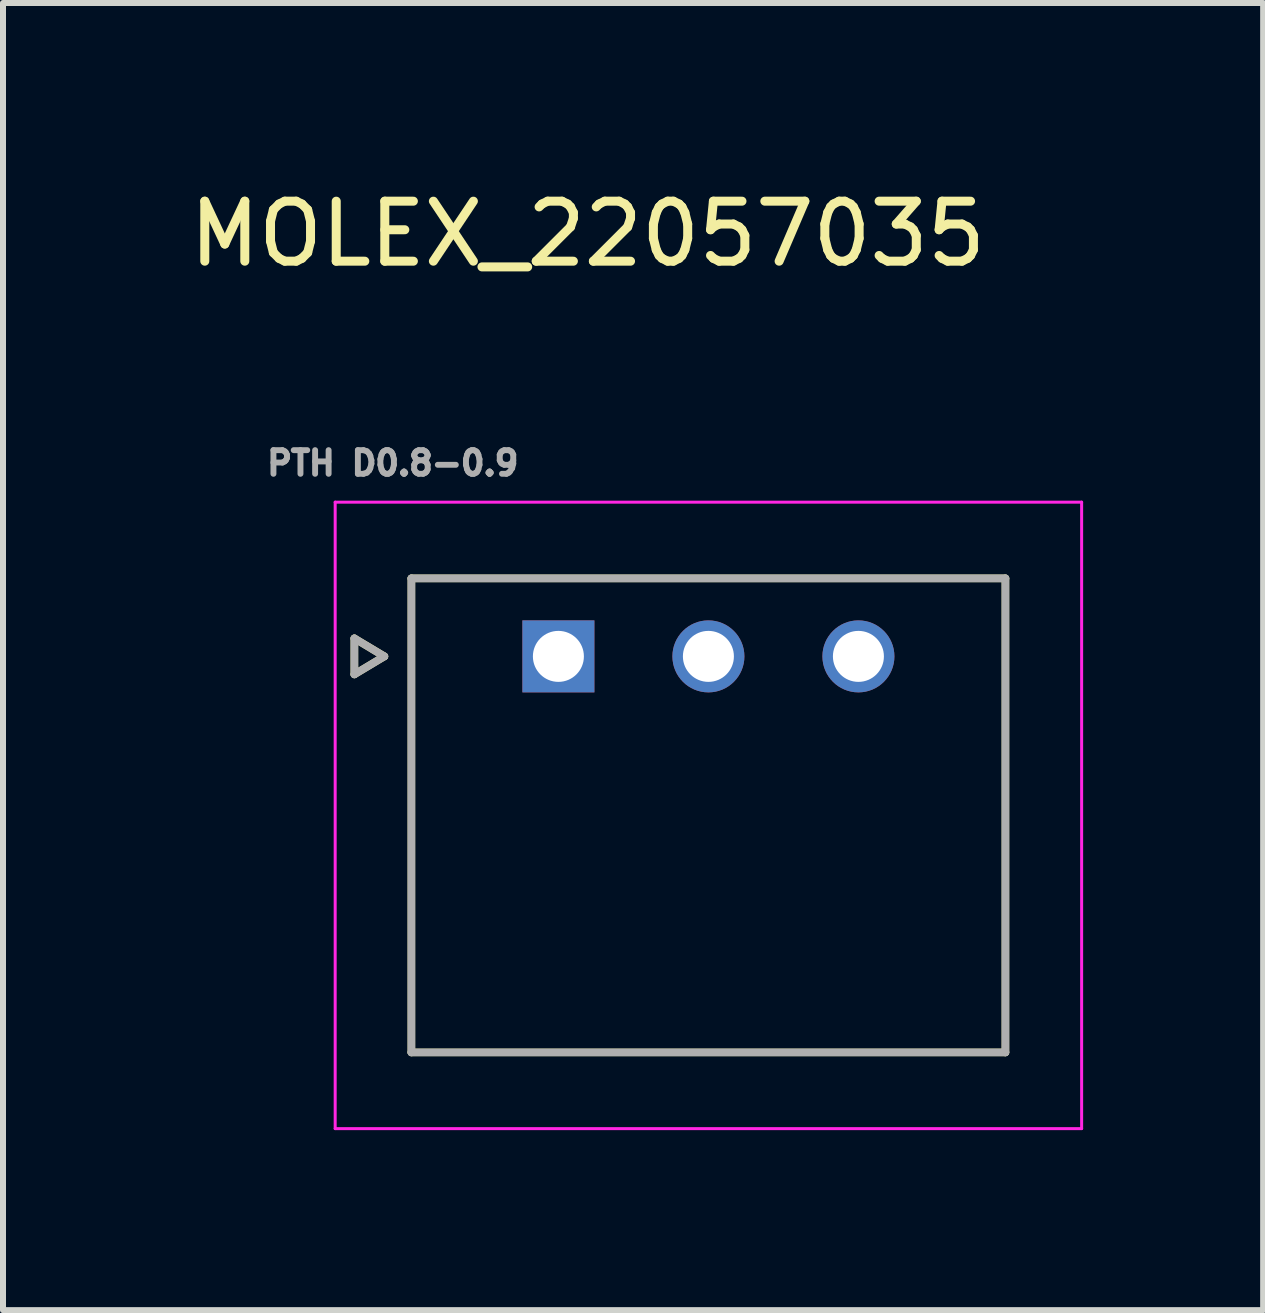
<source format=kicad_pcb>
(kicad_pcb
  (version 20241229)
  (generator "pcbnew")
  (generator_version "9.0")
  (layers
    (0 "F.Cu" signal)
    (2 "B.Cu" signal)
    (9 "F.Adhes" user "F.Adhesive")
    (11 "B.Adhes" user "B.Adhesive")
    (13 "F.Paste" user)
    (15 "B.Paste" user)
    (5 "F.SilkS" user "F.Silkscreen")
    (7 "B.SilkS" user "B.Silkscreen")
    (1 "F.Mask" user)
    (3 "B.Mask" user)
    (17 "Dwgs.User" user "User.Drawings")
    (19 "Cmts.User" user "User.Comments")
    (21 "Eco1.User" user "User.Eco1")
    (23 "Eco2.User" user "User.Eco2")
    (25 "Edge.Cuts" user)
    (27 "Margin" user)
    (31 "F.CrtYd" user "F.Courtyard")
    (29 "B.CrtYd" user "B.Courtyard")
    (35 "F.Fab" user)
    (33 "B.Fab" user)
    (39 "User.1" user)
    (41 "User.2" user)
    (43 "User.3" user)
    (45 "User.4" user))
  (footprint "MOLEX_22057035"
    (layer "F.Cu")
    (at 6.256 7.889)
    (property "Reference" "MOLEX_22057035" (at 0.488 -7.041 0) (layer "F.SilkS") (effects (font (size 1 1) (thickness 0.15))))
    (attr through_hole)
    (fp_circle (center 2.5 0) (end 2.838 0) (stroke (width 0.676) (type solid)) (fill no) (layer "F.Mask"))
    (fp_circle (center 5 0) (end 5.338 0) (stroke (width 0.676) (type solid)) (fill no) (layer "F.Mask"))
    (fp_poly (pts (xy -0.676 -0.676) (xy 0.676 -0.676) (xy 0.676 0.676) (xy -0.676 0.676)) (stroke (width 0.01) (type solid)) (fill yes) (layer "F.Mask"))
    (fp_circle (center 2.5 0) (end 2.838 0) (stroke (width 0.676) (type solid)) (fill no) (layer "B.Mask"))
    (fp_circle (center 5 0) (end 5.338 0) (stroke (width 0.676) (type solid)) (fill no) (layer "B.Mask"))
    (fp_poly (pts (xy -0.676 -0.676) (xy 0.676 -0.676) (xy 0.676 0.676) (xy -0.676 0.676)) (stroke (width 0.01) (type solid)) (fill yes) (layer "B.Mask"))
    (fp_line (start -3.4 -0.3) (end -3.4 0.3) (stroke (width 0.127) (type solid)) (layer "F.SilkS"))
    (fp_line (start -3.4 0.3) (end -2.9 0) (stroke (width 0.127) (type solid)) (layer "F.SilkS"))
    (fp_line (start -2.9 0) (end -3.4 -0.3) (stroke (width 0.127) (type solid)) (layer "F.SilkS"))
    (fp_line (start -2.45 -1.3) (end 7.45 -1.3) (stroke (width 0.127) (type solid)) (layer "F.SilkS"))
    (fp_line (start -2.45 6.6) (end -2.45 -1.3) (stroke (width 0.127) (type solid)) (layer "F.SilkS"))
    (fp_line (start -2.45 6.6) (end 7.45 6.6) (stroke (width 0.127) (type solid)) (layer "F.SilkS"))
    (fp_line (start 7.45 -1.3) (end 7.45 6.6) (stroke (width 0.127) (type solid)) (layer "F.SilkS"))
    (fp_line (start -3.72 -2.57) (end 8.72 -2.57) (stroke (width 0.05) (type solid)) (layer "F.CrtYd"))
    (fp_line (start -3.72 7.87) (end -3.72 -2.57) (stroke (width 0.05) (type solid)) (layer "F.CrtYd"))
    (fp_line (start 8.72 -2.57) (end 8.72 7.87) (stroke (width 0.05) (type solid)) (layer "F.CrtYd"))
    (fp_line (start 8.72 7.87) (end -3.72 7.87) (stroke (width 0.05) (type solid)) (layer "F.CrtYd"))
    (fp_line (start -3.4 -0.3) (end -2.9 0) (stroke (width 0.127) (type solid)) (layer "F.Fab"))
    (fp_line (start -3.4 0.3) (end -3.4 -0.3) (stroke (width 0.127) (type solid)) (layer "F.Fab"))
    (fp_line (start -2.9 0) (end -3.4 0.3) (stroke (width 0.127) (type solid)) (layer "F.Fab"))
    (fp_line (start -2.45 -1.3) (end 7.45 -1.3) (stroke (width 0.127) (type solid)) (layer "F.Fab"))
    (fp_line (start -2.45 6.6) (end -2.45 -1.3) (stroke (width 0.127) (type solid)) (layer "F.Fab"))
    (fp_line (start 7.45 -1.3) (end 7.45 6.6) (stroke (width 0.127) (type solid)) (layer "F.Fab"))
    (fp_line (start 7.45 6.6) (end -2.45 6.6) (stroke (width 0.127) (type solid)) (layer "F.Fab"))
    (fp_text user "PTH D0.8-0.9" (at -2.76 -3.22 0) (layer "F.Fab") (effects (font (size 0.394 0.394) (thickness 0.15))))
    (pad "1" thru_hole rect (at 0 0) (size 1.2 1.2) (drill 0.85) (layers "*.Cu"))
    (pad "2" thru_hole circle (at 2.5 0) (size 1.2 1.2) (drill 0.85) (layers "*.Cu"))
    (pad "3" thru_hole circle (at 5 0) (size 1.2 1.2) (drill 0.85) (layers "*.Cu")))
  (gr_rect
    (start -3 -3)
    (end 18.001 18.784)
    (stroke (width 0.1) (type default))
    (fill no)
    (layer "Edge.Cuts")))
</source>
